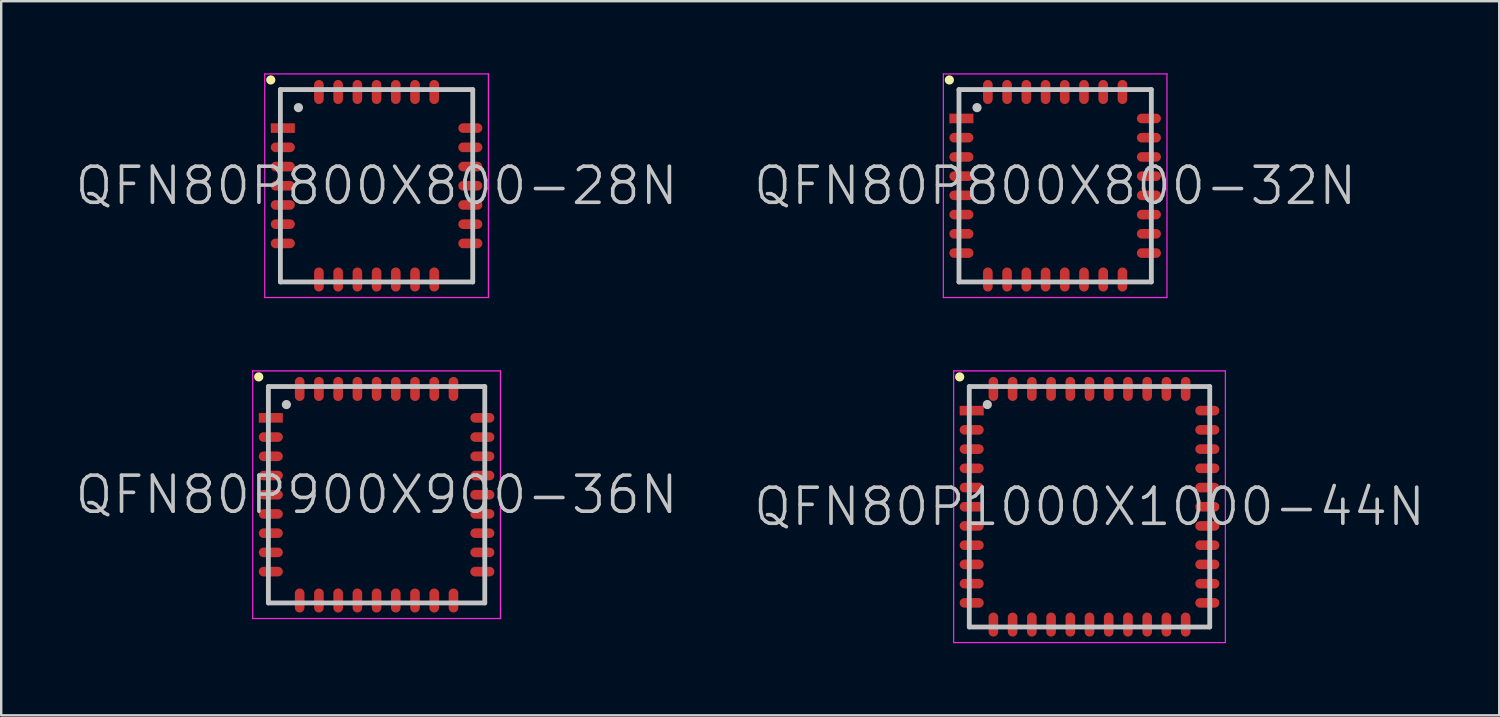
<source format=kicad_pcb>
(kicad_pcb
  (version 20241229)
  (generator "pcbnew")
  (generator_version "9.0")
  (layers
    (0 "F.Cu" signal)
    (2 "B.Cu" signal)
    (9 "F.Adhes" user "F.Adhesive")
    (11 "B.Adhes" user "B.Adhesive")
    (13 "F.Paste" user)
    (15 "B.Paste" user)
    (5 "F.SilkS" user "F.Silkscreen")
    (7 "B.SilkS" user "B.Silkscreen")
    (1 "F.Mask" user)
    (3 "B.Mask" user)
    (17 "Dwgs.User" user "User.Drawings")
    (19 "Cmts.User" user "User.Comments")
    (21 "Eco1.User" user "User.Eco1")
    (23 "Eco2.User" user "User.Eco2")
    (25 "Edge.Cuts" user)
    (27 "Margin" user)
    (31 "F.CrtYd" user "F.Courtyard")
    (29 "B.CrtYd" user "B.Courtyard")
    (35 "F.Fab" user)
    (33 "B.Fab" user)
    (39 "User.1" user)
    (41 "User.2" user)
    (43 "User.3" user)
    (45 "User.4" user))
  (footprint "QFN80P900X900-36N"
    (layer "F.Cu")
    (at 12.611 17.525)
    (property "Reference" "QFN80P900X900-36N" (at 0 0 0) (layer "Dwgs.User") (effects (font (size 1.5 1.5) (thickness 0.15))))
    (attr smd)
    (fp_line (start -4.9 -4.9) (end -4.9 -4.9) (stroke (width 0.381) (type solid)) (layer "F.SilkS"))
    (fp_line (start -4.5 -4.5) (end -4.5 4.5) (stroke (width 0.2) (type solid)) (layer "Dwgs.User"))
    (fp_line (start -4.5 -4.5) (end 4.5 -4.5) (stroke (width 0.2) (type solid)) (layer "Dwgs.User"))
    (fp_line (start -4.5 4.5) (end 4.5 4.5) (stroke (width 0.2) (type solid)) (layer "Dwgs.User"))
    (fp_line (start -3.75 -3.75) (end -3.75 -3.75) (stroke (width 0.381) (type solid)) (layer "Dwgs.User"))
    (fp_line (start 4.5 -4.5) (end 4.5 4.5) (stroke (width 0.2) (type solid)) (layer "Dwgs.User"))
    (fp_line (start -5.15 -5.15) (end -5.15 5.15) (stroke (width 0.05) (type solid)) (layer "F.CrtYd"))
    (fp_line (start -5.15 -5.15) (end 5.15 -5.15) (stroke (width 0.05) (type solid)) (layer "F.CrtYd"))
    (fp_line (start -5.15 5.15) (end 5.15 5.15) (stroke (width 0.05) (type solid)) (layer "F.CrtYd"))
    (fp_line (start 5.15 -5.15) (end 5.15 5.15) (stroke (width 0.05) (type solid)) (layer "F.CrtYd"))
    (pad "1" smd rect (at -4.399 -3.198 90) (size 0.4 1) (layers "F.Cu" "F.Mask" "F.Paste"))
    (pad "2" smd oval (at -4.399 -2.398 90) (size 0.4 1) (layers "F.Cu" "F.Mask" "F.Paste"))
    (pad "3" smd oval (at -4.399 -1.598 90) (size 0.4 1) (layers "F.Cu" "F.Mask" "F.Paste"))
    (pad "4" smd oval (at -4.399 -0.798 90) (size 0.4 1) (layers "F.Cu" "F.Mask" "F.Paste"))
    (pad "5" smd oval (at -4.399 0 90) (size 0.4 1) (layers "F.Cu" "F.Mask" "F.Paste"))
    (pad "6" smd oval (at -4.399 0.798 90) (size 0.4 1) (layers "F.Cu" "F.Mask" "F.Paste"))
    (pad "7" smd oval (at -4.399 1.598 90) (size 0.4 1) (layers "F.Cu" "F.Mask" "F.Paste"))
    (pad "8" smd oval (at -4.399 2.398 90) (size 0.4 1) (layers "F.Cu" "F.Mask" "F.Paste"))
    (pad "9" smd oval (at -4.399 3.198 90) (size 0.4 1) (layers "F.Cu" "F.Mask" "F.Paste"))
    (pad "10" smd oval (at -3.198 4.399 180) (size 0.4 1) (layers "F.Cu" "F.Mask" "F.Paste"))
    (pad "11" smd oval (at -2.398 4.399 180) (size 0.4 1) (layers "F.Cu" "F.Mask" "F.Paste"))
    (pad "12" smd oval (at -1.598 4.399 180) (size 0.4 1) (layers "F.Cu" "F.Mask" "F.Paste"))
    (pad "13" smd oval (at -0.798 4.399 180) (size 0.4 1) (layers "F.Cu" "F.Mask" "F.Paste"))
    (pad "14" smd oval (at 0 4.399 180) (size 0.4 1) (layers "F.Cu" "F.Mask" "F.Paste"))
    (pad "15" smd oval (at 0.798 4.399 180) (size 0.4 1) (layers "F.Cu" "F.Mask" "F.Paste"))
    (pad "16" smd oval (at 1.598 4.399 180) (size 0.4 1) (layers "F.Cu" "F.Mask" "F.Paste"))
    (pad "17" smd oval (at 2.398 4.399 180) (size 0.4 1) (layers "F.Cu" "F.Mask" "F.Paste"))
    (pad "18" smd oval (at 3.198 4.399 180) (size 0.4 1) (layers "F.Cu" "F.Mask" "F.Paste"))
    (pad "19" smd oval (at 4.399 3.198 270) (size 0.4 1) (layers "F.Cu" "F.Mask" "F.Paste"))
    (pad "20" smd oval (at 4.399 2.398 270) (size 0.4 1) (layers "F.Cu" "F.Mask" "F.Paste"))
    (pad "21" smd oval (at 4.399 1.598 270) (size 0.4 1) (layers "F.Cu" "F.Mask" "F.Paste"))
    (pad "22" smd oval (at 4.399 0.798 270) (size 0.4 1) (layers "F.Cu" "F.Mask" "F.Paste"))
    (pad "23" smd oval (at 4.399 0 270) (size 0.4 1) (layers "F.Cu" "F.Mask" "F.Paste"))
    (pad "24" smd oval (at 4.399 -0.798 270) (size 0.4 1) (layers "F.Cu" "F.Mask" "F.Paste"))
    (pad "25" smd oval (at 4.399 -1.598 270) (size 0.4 1) (layers "F.Cu" "F.Mask" "F.Paste"))
    (pad "26" smd oval (at 4.399 -2.398 270) (size 0.4 1) (layers "F.Cu" "F.Mask" "F.Paste"))
    (pad "27" smd oval (at 4.399 -3.198 270) (size 0.4 1) (layers "F.Cu" "F.Mask" "F.Paste"))
    (pad "28" smd oval (at 3.198 -4.399) (size 0.4 1) (layers "F.Cu" "F.Mask" "F.Paste"))
    (pad "29" smd oval (at 2.398 -4.399) (size 0.4 1) (layers "F.Cu" "F.Mask" "F.Paste"))
    (pad "30" smd oval (at 1.598 -4.399) (size 0.4 1) (layers "F.Cu" "F.Mask" "F.Paste"))
    (pad "31" smd oval (at 0.798 -4.399) (size 0.4 1) (layers "F.Cu" "F.Mask" "F.Paste"))
    (pad "32" smd oval (at 0 -4.399) (size 0.4 1) (layers "F.Cu" "F.Mask" "F.Paste"))
    (pad "33" smd oval (at -0.798 -4.399) (size 0.4 1) (layers "F.Cu" "F.Mask" "F.Paste"))
    (pad "34" smd oval (at -1.598 -4.399) (size 0.4 1) (layers "F.Cu" "F.Mask" "F.Paste"))
    (pad "35" smd oval (at -2.398 -4.399) (size 0.4 1) (layers "F.Cu" "F.Mask" "F.Paste"))
    (pad "36" smd oval (at -3.198 -4.399) (size 0.4 1) (layers "F.Cu" "F.Mask" "F.Paste")))
  (footprint "QFN80P800X800-32N"
    (layer "F.Cu")
    (at 40.832 4.675)
    (property "Reference" "QFN80P800X800-32N" (at 0 0 0) (layer "Dwgs.User") (effects (font (size 1.5 1.5) (thickness 0.15))))
    (attr smd)
    (fp_line (start -4.4 -4.4) (end -4.4 -4.4) (stroke (width 0.381) (type solid)) (layer "F.SilkS"))
    (fp_line (start -4 -4) (end -4 4) (stroke (width 0.2) (type solid)) (layer "Dwgs.User"))
    (fp_line (start -4 -4) (end 4 -4) (stroke (width 0.2) (type solid)) (layer "Dwgs.User"))
    (fp_line (start -4 4) (end 4 4) (stroke (width 0.2) (type solid)) (layer "Dwgs.User"))
    (fp_line (start -3.25 -3.25) (end -3.25 -3.25) (stroke (width 0.381) (type solid)) (layer "Dwgs.User"))
    (fp_line (start 4 -4) (end 4 4) (stroke (width 0.2) (type solid)) (layer "Dwgs.User"))
    (fp_line (start -4.65 -4.65) (end -4.65 4.65) (stroke (width 0.05) (type solid)) (layer "F.CrtYd"))
    (fp_line (start -4.65 -4.65) (end 4.65 -4.65) (stroke (width 0.05) (type solid)) (layer "F.CrtYd"))
    (fp_line (start -4.65 4.65) (end 4.65 4.65) (stroke (width 0.05) (type solid)) (layer "F.CrtYd"))
    (fp_line (start 4.65 -4.65) (end 4.65 4.65) (stroke (width 0.05) (type solid)) (layer "F.CrtYd"))
    (pad "1" smd rect (at -3.899 -2.799 90) (size 0.4 1) (layers "F.Cu" "F.Mask" "F.Paste"))
    (pad "2" smd oval (at -3.899 -1.999 90) (size 0.4 1) (layers "F.Cu" "F.Mask" "F.Paste"))
    (pad "3" smd oval (at -3.899 -1.199 90) (size 0.4 1) (layers "F.Cu" "F.Mask" "F.Paste"))
    (pad "4" smd oval (at -3.899 -0.399 90) (size 0.4 1) (layers "F.Cu" "F.Mask" "F.Paste"))
    (pad "5" smd oval (at -3.899 0.399 90) (size 0.4 1) (layers "F.Cu" "F.Mask" "F.Paste"))
    (pad "6" smd oval (at -3.899 1.199 90) (size 0.4 1) (layers "F.Cu" "F.Mask" "F.Paste"))
    (pad "7" smd oval (at -3.899 1.999 90) (size 0.4 1) (layers "F.Cu" "F.Mask" "F.Paste"))
    (pad "8" smd oval (at -3.899 2.799 90) (size 0.4 1) (layers "F.Cu" "F.Mask" "F.Paste"))
    (pad "9" smd oval (at -2.799 3.899 180) (size 0.4 1) (layers "F.Cu" "F.Mask" "F.Paste"))
    (pad "10" smd oval (at -1.999 3.899 180) (size 0.4 1) (layers "F.Cu" "F.Mask" "F.Paste"))
    (pad "11" smd oval (at -1.199 3.899 180) (size 0.4 1) (layers "F.Cu" "F.Mask" "F.Paste"))
    (pad "12" smd oval (at -0.399 3.899 180) (size 0.4 1) (layers "F.Cu" "F.Mask" "F.Paste"))
    (pad "13" smd oval (at 0.399 3.899 180) (size 0.4 1) (layers "F.Cu" "F.Mask" "F.Paste"))
    (pad "14" smd oval (at 1.199 3.899 180) (size 0.4 1) (layers "F.Cu" "F.Mask" "F.Paste"))
    (pad "15" smd oval (at 1.999 3.899 180) (size 0.4 1) (layers "F.Cu" "F.Mask" "F.Paste"))
    (pad "16" smd oval (at 2.799 3.899 180) (size 0.4 1) (layers "F.Cu" "F.Mask" "F.Paste"))
    (pad "17" smd oval (at 3.899 2.799 270) (size 0.4 1) (layers "F.Cu" "F.Mask" "F.Paste"))
    (pad "18" smd oval (at 3.899 1.999 270) (size 0.4 1) (layers "F.Cu" "F.Mask" "F.Paste"))
    (pad "19" smd oval (at 3.899 1.199 270) (size 0.4 1) (layers "F.Cu" "F.Mask" "F.Paste"))
    (pad "20" smd oval (at 3.899 0.399 270) (size 0.4 1) (layers "F.Cu" "F.Mask" "F.Paste"))
    (pad "21" smd oval (at 3.899 -0.399 270) (size 0.4 1) (layers "F.Cu" "F.Mask" "F.Paste"))
    (pad "22" smd oval (at 3.899 -1.199 270) (size 0.4 1) (layers "F.Cu" "F.Mask" "F.Paste"))
    (pad "23" smd oval (at 3.899 -1.999 270) (size 0.4 1) (layers "F.Cu" "F.Mask" "F.Paste"))
    (pad "24" smd oval (at 3.899 -2.799 270) (size 0.4 1) (layers "F.Cu" "F.Mask" "F.Paste"))
    (pad "25" smd oval (at 2.799 -3.899) (size 0.4 1) (layers "F.Cu" "F.Mask" "F.Paste"))
    (pad "26" smd oval (at 1.999 -3.899) (size 0.4 1) (layers "F.Cu" "F.Mask" "F.Paste"))
    (pad "27" smd oval (at 1.199 -3.899) (size 0.4 1) (layers "F.Cu" "F.Mask" "F.Paste"))
    (pad "28" smd oval (at 0.399 -3.899) (size 0.4 1) (layers "F.Cu" "F.Mask" "F.Paste"))
    (pad "29" smd oval (at -0.399 -3.899) (size 0.4 1) (layers "F.Cu" "F.Mask" "F.Paste"))
    (pad "30" smd oval (at -1.199 -3.899) (size 0.4 1) (layers "F.Cu" "F.Mask" "F.Paste"))
    (pad "31" smd oval (at -1.999 -3.899) (size 0.4 1) (layers "F.Cu" "F.Mask" "F.Paste"))
    (pad "32" smd oval (at -2.799 -3.899) (size 0.4 1) (layers "F.Cu" "F.Mask" "F.Paste")))
  (footprint "QFN80P800X800-28N"
    (layer "F.Cu")
    (at 12.611 4.675)
    (property "Reference" "QFN80P800X800-28N" (at 0 0 0) (layer "Dwgs.User") (effects (font (size 1.5 1.5) (thickness 0.15))))
    (attr smd)
    (fp_line (start -4.4 -4.4) (end -4.4 -4.4) (stroke (width 0.381) (type solid)) (layer "F.SilkS"))
    (fp_line (start -4 -4) (end -4 4) (stroke (width 0.2) (type solid)) (layer "Dwgs.User"))
    (fp_line (start -4 -4) (end 4 -4) (stroke (width 0.2) (type solid)) (layer "Dwgs.User"))
    (fp_line (start -4 4) (end 4 4) (stroke (width 0.2) (type solid)) (layer "Dwgs.User"))
    (fp_line (start -3.25 -3.25) (end -3.25 -3.25) (stroke (width 0.381) (type solid)) (layer "Dwgs.User"))
    (fp_line (start 4 -4) (end 4 4) (stroke (width 0.2) (type solid)) (layer "Dwgs.User"))
    (fp_line (start -4.65 -4.65) (end -4.65 4.65) (stroke (width 0.05) (type solid)) (layer "F.CrtYd"))
    (fp_line (start -4.65 -4.65) (end 4.65 -4.65) (stroke (width 0.05) (type solid)) (layer "F.CrtYd"))
    (fp_line (start -4.65 4.65) (end 4.65 4.65) (stroke (width 0.05) (type solid)) (layer "F.CrtYd"))
    (fp_line (start 4.65 -4.65) (end 4.65 4.65) (stroke (width 0.05) (type solid)) (layer "F.CrtYd"))
    (pad "1" smd rect (at -3.899 -2.398 90) (size 0.4 1) (layers "F.Cu" "F.Mask" "F.Paste"))
    (pad "2" smd oval (at -3.899 -1.598 90) (size 0.4 1) (layers "F.Cu" "F.Mask" "F.Paste"))
    (pad "3" smd oval (at -3.899 -0.798 90) (size 0.4 1) (layers "F.Cu" "F.Mask" "F.Paste"))
    (pad "4" smd oval (at -3.899 0 90) (size 0.4 1) (layers "F.Cu" "F.Mask" "F.Paste"))
    (pad "5" smd oval (at -3.899 0.798 90) (size 0.4 1) (layers "F.Cu" "F.Mask" "F.Paste"))
    (pad "6" smd oval (at -3.899 1.598 90) (size 0.4 1) (layers "F.Cu" "F.Mask" "F.Paste"))
    (pad "7" smd oval (at -3.899 2.398 90) (size 0.4 1) (layers "F.Cu" "F.Mask" "F.Paste"))
    (pad "8" smd oval (at -2.398 3.899 180) (size 0.4 1) (layers "F.Cu" "F.Mask" "F.Paste"))
    (pad "9" smd oval (at -1.598 3.899 180) (size 0.4 1) (layers "F.Cu" "F.Mask" "F.Paste"))
    (pad "10" smd oval (at -0.798 3.899 180) (size 0.4 1) (layers "F.Cu" "F.Mask" "F.Paste"))
    (pad "11" smd oval (at 0 3.899 180) (size 0.4 1) (layers "F.Cu" "F.Mask" "F.Paste"))
    (pad "12" smd oval (at 0.798 3.899 180) (size 0.4 1) (layers "F.Cu" "F.Mask" "F.Paste"))
    (pad "13" smd oval (at 1.598 3.899 180) (size 0.4 1) (layers "F.Cu" "F.Mask" "F.Paste"))
    (pad "14" smd oval (at 2.398 3.899 180) (size 0.4 1) (layers "F.Cu" "F.Mask" "F.Paste"))
    (pad "15" smd oval (at 3.899 2.398 270) (size 0.4 1) (layers "F.Cu" "F.Mask" "F.Paste"))
    (pad "16" smd oval (at 3.899 1.598 270) (size 0.4 1) (layers "F.Cu" "F.Mask" "F.Paste"))
    (pad "17" smd oval (at 3.899 0.798 270) (size 0.4 1) (layers "F.Cu" "F.Mask" "F.Paste"))
    (pad "18" smd oval (at 3.899 0 270) (size 0.4 1) (layers "F.Cu" "F.Mask" "F.Paste"))
    (pad "19" smd oval (at 3.899 -0.798 270) (size 0.4 1) (layers "F.Cu" "F.Mask" "F.Paste"))
    (pad "20" smd oval (at 3.899 -1.598 270) (size 0.4 1) (layers "F.Cu" "F.Mask" "F.Paste"))
    (pad "21" smd oval (at 3.899 -2.398 270) (size 0.4 1) (layers "F.Cu" "F.Mask" "F.Paste"))
    (pad "22" smd oval (at 2.398 -3.899) (size 0.4 1) (layers "F.Cu" "F.Mask" "F.Paste"))
    (pad "23" smd oval (at 1.598 -3.899) (size 0.4 1) (layers "F.Cu" "F.Mask" "F.Paste"))
    (pad "24" smd oval (at 0.798 -3.899) (size 0.4 1) (layers "F.Cu" "F.Mask" "F.Paste"))
    (pad "25" smd oval (at 0 -3.899) (size 0.4 1) (layers "F.Cu" "F.Mask" "F.Paste"))
    (pad "26" smd oval (at -0.798 -3.899) (size 0.4 1) (layers "F.Cu" "F.Mask" "F.Paste"))
    (pad "27" smd oval (at -1.598 -3.899) (size 0.4 1) (layers "F.Cu" "F.Mask" "F.Paste"))
    (pad "28" smd oval (at -2.398 -3.899) (size 0.4 1) (layers "F.Cu" "F.Mask" "F.Paste")))
  (footprint "QFN80P1000X1000-44N"
    (layer "F.Cu")
    (at 42.261 18.025)
    (property "Reference" "QFN80P1000X1000-44N" (at 0 0 0) (layer "Dwgs.User") (effects (font (size 1.5 1.5) (thickness 0.15))))
    (attr smd)
    (fp_line (start -5.4 -5.4) (end -5.4 -5.4) (stroke (width 0.381) (type solid)) (layer "F.SilkS"))
    (fp_line (start -5 -5) (end -5 5) (stroke (width 0.2) (type solid)) (layer "Dwgs.User"))
    (fp_line (start -5 -5) (end 5 -5) (stroke (width 0.2) (type solid)) (layer "Dwgs.User"))
    (fp_line (start -5 5) (end 5 5) (stroke (width 0.2) (type solid)) (layer "Dwgs.User"))
    (fp_line (start -4.25 -4.25) (end -4.25 -4.25) (stroke (width 0.381) (type solid)) (layer "Dwgs.User"))
    (fp_line (start 5 -5) (end 5 5) (stroke (width 0.2) (type solid)) (layer "Dwgs.User"))
    (fp_line (start -5.65 -5.65) (end -5.65 5.65) (stroke (width 0.05) (type solid)) (layer "F.CrtYd"))
    (fp_line (start -5.65 -5.65) (end 5.65 -5.65) (stroke (width 0.05) (type solid)) (layer "F.CrtYd"))
    (fp_line (start -5.65 5.65) (end 5.65 5.65) (stroke (width 0.05) (type solid)) (layer "F.CrtYd"))
    (fp_line (start 5.65 -5.65) (end 5.65 5.65) (stroke (width 0.05) (type solid)) (layer "F.CrtYd"))
    (pad "1" smd rect (at -4.9 -3.998 90) (size 0.4 1) (layers "F.Cu" "F.Mask" "F.Paste"))
    (pad "2" smd oval (at -4.9 -3.198 90) (size 0.4 1) (layers "F.Cu" "F.Mask" "F.Paste"))
    (pad "3" smd oval (at -4.9 -2.398 90) (size 0.4 1) (layers "F.Cu" "F.Mask" "F.Paste"))
    (pad "4" smd oval (at -4.9 -1.598 90) (size 0.4 1) (layers "F.Cu" "F.Mask" "F.Paste"))
    (pad "5" smd oval (at -4.9 -0.798 90) (size 0.4 1) (layers "F.Cu" "F.Mask" "F.Paste"))
    (pad "6" smd oval (at -4.9 0 90) (size 0.4 1) (layers "F.Cu" "F.Mask" "F.Paste"))
    (pad "7" smd oval (at -4.9 0.798 90) (size 0.4 1) (layers "F.Cu" "F.Mask" "F.Paste"))
    (pad "8" smd oval (at -4.9 1.598 90) (size 0.4 1) (layers "F.Cu" "F.Mask" "F.Paste"))
    (pad "9" smd oval (at -4.9 2.398 90) (size 0.4 1) (layers "F.Cu" "F.Mask" "F.Paste"))
    (pad "10" smd oval (at -4.9 3.198 90) (size 0.4 1) (layers "F.Cu" "F.Mask" "F.Paste"))
    (pad "11" smd oval (at -4.9 3.998 90) (size 0.4 1) (layers "F.Cu" "F.Mask" "F.Paste"))
    (pad "12" smd oval (at -3.998 4.9 180) (size 0.4 1) (layers "F.Cu" "F.Mask" "F.Paste"))
    (pad "13" smd oval (at -3.198 4.9 180) (size 0.4 1) (layers "F.Cu" "F.Mask" "F.Paste"))
    (pad "14" smd oval (at -2.398 4.9 180) (size 0.4 1) (layers "F.Cu" "F.Mask" "F.Paste"))
    (pad "15" smd oval (at -1.598 4.9 180) (size 0.4 1) (layers "F.Cu" "F.Mask" "F.Paste"))
    (pad "16" smd oval (at -0.798 4.9 180) (size 0.4 1) (layers "F.Cu" "F.Mask" "F.Paste"))
    (pad "17" smd oval (at 0 4.9 180) (size 0.4 1) (layers "F.Cu" "F.Mask" "F.Paste"))
    (pad "18" smd oval (at 0.798 4.9 180) (size 0.4 1) (layers "F.Cu" "F.Mask" "F.Paste"))
    (pad "19" smd oval (at 1.598 4.9 180) (size 0.4 1) (layers "F.Cu" "F.Mask" "F.Paste"))
    (pad "20" smd oval (at 2.398 4.9 180) (size 0.4 1) (layers "F.Cu" "F.Mask" "F.Paste"))
    (pad "21" smd oval (at 3.198 4.9 180) (size 0.4 1) (layers "F.Cu" "F.Mask" "F.Paste"))
    (pad "22" smd oval (at 3.998 4.9 180) (size 0.4 1) (layers "F.Cu" "F.Mask" "F.Paste"))
    (pad "23" smd oval (at 4.9 3.998 270) (size 0.4 1) (layers "F.Cu" "F.Mask" "F.Paste"))
    (pad "24" smd oval (at 4.9 3.198 270) (size 0.4 1) (layers "F.Cu" "F.Mask" "F.Paste"))
    (pad "25" smd oval (at 4.9 2.398 270) (size 0.4 1) (layers "F.Cu" "F.Mask" "F.Paste"))
    (pad "26" smd oval (at 4.9 1.598 270) (size 0.4 1) (layers "F.Cu" "F.Mask" "F.Paste"))
    (pad "27" smd oval (at 4.9 0.798 270) (size 0.4 1) (layers "F.Cu" "F.Mask" "F.Paste"))
    (pad "28" smd oval (at 4.9 0 270) (size 0.4 1) (layers "F.Cu" "F.Mask" "F.Paste"))
    (pad "29" smd oval (at 4.9 -0.798 270) (size 0.4 1) (layers "F.Cu" "F.Mask" "F.Paste"))
    (pad "30" smd oval (at 4.9 -1.598 270) (size 0.4 1) (layers "F.Cu" "F.Mask" "F.Paste"))
    (pad "31" smd oval (at 4.9 -2.398 270) (size 0.4 1) (layers "F.Cu" "F.Mask" "F.Paste"))
    (pad "32" smd oval (at 4.9 -3.198 270) (size 0.4 1) (layers "F.Cu" "F.Mask" "F.Paste"))
    (pad "33" smd oval (at 4.9 -3.998 270) (size 0.4 1) (layers "F.Cu" "F.Mask" "F.Paste"))
    (pad "34" smd oval (at 3.998 -4.9) (size 0.4 1) (layers "F.Cu" "F.Mask" "F.Paste"))
    (pad "35" smd oval (at 3.198 -4.9) (size 0.4 1) (layers "F.Cu" "F.Mask" "F.Paste"))
    (pad "36" smd oval (at 2.398 -4.9) (size 0.4 1) (layers "F.Cu" "F.Mask" "F.Paste"))
    (pad "37" smd oval (at 1.598 -4.9) (size 0.4 1) (layers "F.Cu" "F.Mask" "F.Paste"))
    (pad "38" smd oval (at 0.798 -4.9) (size 0.4 1) (layers "F.Cu" "F.Mask" "F.Paste"))
    (pad "39" smd oval (at 0 -4.9) (size 0.4 1) (layers "F.Cu" "F.Mask" "F.Paste"))
    (pad "40" smd oval (at -0.798 -4.9) (size 0.4 1) (layers "F.Cu" "F.Mask" "F.Paste"))
    (pad "41" smd oval (at -1.598 -4.9) (size 0.4 1) (layers "F.Cu" "F.Mask" "F.Paste"))
    (pad "42" smd oval (at -2.398 -4.9) (size 0.4 1) (layers "F.Cu" "F.Mask" "F.Paste"))
    (pad "43" smd oval (at -3.198 -4.9) (size 0.4 1) (layers "F.Cu" "F.Mask" "F.Paste"))
    (pad "44" smd oval (at -3.998 -4.9) (size 0.4 1) (layers "F.Cu" "F.Mask" "F.Paste")))
  (gr_rect
    (start -3 -3)
    (end 59.3 26.7)
    (stroke (width 0.1) (type default))
    (fill no)
    (layer "Edge.Cuts")))
</source>
